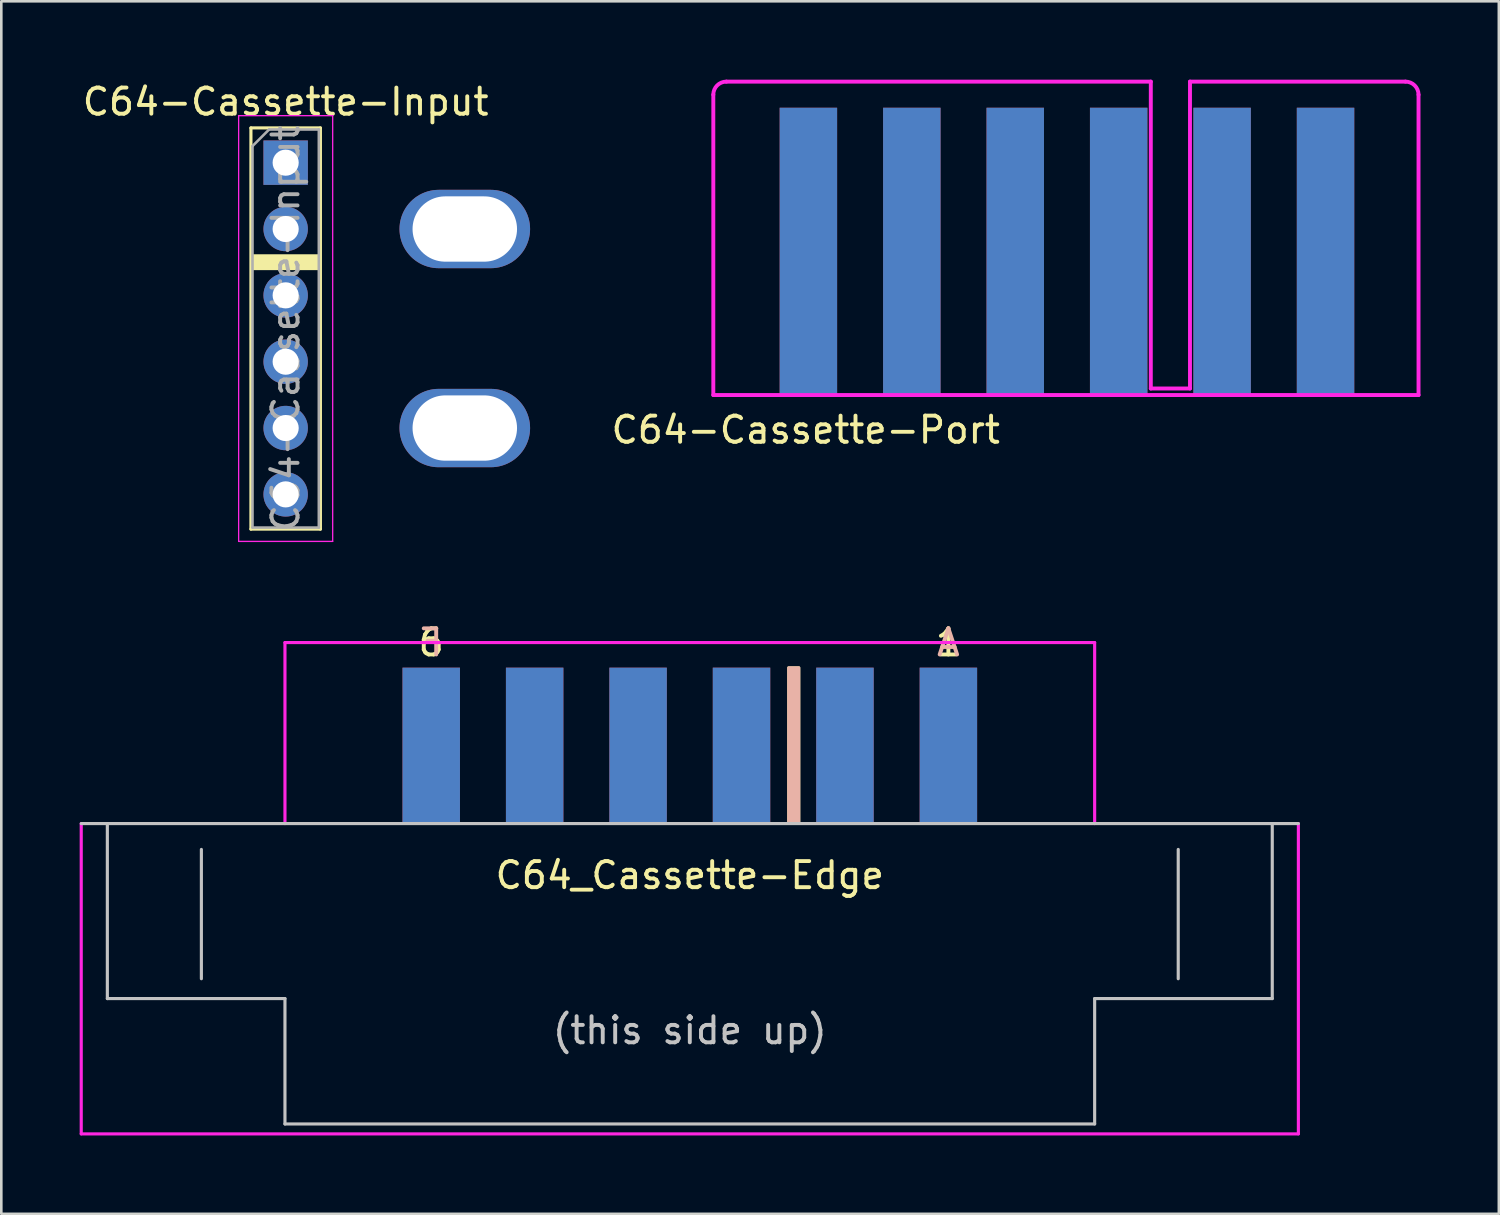
<source format=kicad_pcb>
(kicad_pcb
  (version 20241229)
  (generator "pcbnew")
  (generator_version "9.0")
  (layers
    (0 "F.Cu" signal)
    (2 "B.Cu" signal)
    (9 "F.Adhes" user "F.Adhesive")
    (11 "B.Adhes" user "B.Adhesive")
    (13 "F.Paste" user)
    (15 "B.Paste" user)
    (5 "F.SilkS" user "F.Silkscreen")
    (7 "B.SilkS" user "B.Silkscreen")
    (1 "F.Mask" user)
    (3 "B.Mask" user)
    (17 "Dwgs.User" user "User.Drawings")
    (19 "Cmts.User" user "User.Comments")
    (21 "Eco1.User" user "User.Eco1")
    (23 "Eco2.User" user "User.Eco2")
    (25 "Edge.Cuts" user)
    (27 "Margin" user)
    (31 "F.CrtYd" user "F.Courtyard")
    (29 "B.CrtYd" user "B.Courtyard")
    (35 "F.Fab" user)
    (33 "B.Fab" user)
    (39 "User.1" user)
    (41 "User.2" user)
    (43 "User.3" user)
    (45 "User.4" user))
  (footprint "C64-Cassette-Input"
    (layer "F.Cu")
    (at 7.887 3.178)
    (property "Reference" "C64-Cassette-Input" (at 0 -2.33 0) (layer "F.SilkS") (effects (font (size 1 1) (thickness 0.15))))
    (attr through_hole)
    (fp_line (start -1.33 -1.33) (end -1.33 14.03) (stroke (width 0.12) (type solid)) (layer "F.SilkS"))
    (fp_line (start -1.33 -1.33) (end 1.33 -1.33) (stroke (width 0.12) (type solid)) (layer "F.SilkS"))
    (fp_line (start -1.33 14.03) (end 1.33 14.03) (stroke (width 0.12) (type solid)) (layer "F.SilkS"))
    (fp_line (start 1.33 -1.33) (end 1.33 14.03) (stroke (width 0.12) (type solid)) (layer "F.SilkS"))
    (fp_poly (pts (xy 1.27 4.064) (xy -1.27 4.064) (xy -1.27 3.556) (xy 1.27 3.556)) (stroke (width 0.1) (type solid)) (fill yes) (layer "F.SilkS"))
    (fp_line (start -1.8 -1.8) (end -1.8 14.5) (stroke (width 0.05) (type solid)) (layer "F.CrtYd"))
    (fp_line (start -1.8 14.5) (end 1.8 14.5) (stroke (width 0.05) (type solid)) (layer "F.CrtYd"))
    (fp_line (start 1.8 -1.8) (end -1.8 -1.8) (stroke (width 0.05) (type solid)) (layer "F.CrtYd"))
    (fp_line (start 1.8 14.5) (end 1.8 -1.8) (stroke (width 0.05) (type solid)) (layer "F.CrtYd"))
    (fp_line (start -1.27 -0.635) (end -0.635 -1.27) (stroke (width 0.1) (type solid)) (layer "F.Fab"))
    (fp_line (start -1.27 13.97) (end -1.27 -0.635) (stroke (width 0.1) (type solid)) (layer "F.Fab"))
    (fp_line (start -0.635 -1.27) (end 1.27 -1.27) (stroke (width 0.1) (type solid)) (layer "F.Fab"))
    (fp_line (start 1.27 -1.27) (end 1.27 13.97) (stroke (width 0.1) (type solid)) (layer "F.Fab"))
    (fp_line (start 1.27 13.97) (end -1.27 13.97) (stroke (width 0.1) (type solid)) (layer "F.Fab"))
    (fp_text user "${REFERENCE}" (at 0 6.35 270) (layer "F.Fab") (effects (font (size 1 1) (thickness 0.15))))
    (pad "" np_thru_hole oval (at 6.858 2.54) (size 5 3) (drill oval 4 2.5) (layers "*.Cu" "*.Mask"))
    (pad "" np_thru_hole oval (at 6.858 10.16) (size 5 3) (drill oval 4 2.5) (layers "*.Cu" "*.Mask"))
    (pad "1" thru_hole rect (at 0 0) (size 1.7 1.7) (drill 1) (layers "*.Cu" "*.Mask"))
    (pad "2" thru_hole oval (at 0 2.54) (size 1.7 1.7) (drill 1) (layers "*.Cu" "*.Mask"))
    (pad "3" thru_hole oval (at 0 5.08) (size 1.7 1.7) (drill 1) (layers "*.Cu" "*.Mask"))
    (pad "4" thru_hole oval (at 0 7.62) (size 1.7 1.7) (drill 1) (layers "*.Cu" "*.Mask"))
    (pad "5" thru_hole oval (at 0 10.16) (size 1.7 1.7) (drill 1) (layers "*.Cu" "*.Mask"))
    (pad "6" thru_hole oval (at 0 12.7) (size 1.7 1.7) (drill 1) (layers "*.Cu" "*.Mask")))
  (footprint "C64-Cassette-Port"
    (layer "F.Cu")
    (at 37.26 12.075)
    (property "Reference" "C64-Cassette-Port" (at -9.461 1.333 0) (layer "F.SilkS") (effects (font (size 1 1) (thickness 0.15))))
    (attr through_hole)
    (fp_line (start -13 -11.5) (end -13 0) (stroke (width 0.15) (type solid)) (layer "F.CrtYd"))
    (fp_line (start -13 0) (end 14 0) (stroke (width 0.15) (type solid)) (layer "F.CrtYd"))
    (fp_line (start 3.75 -12) (end -12.5 -12) (stroke (width 0.15) (type solid)) (layer "F.CrtYd"))
    (fp_line (start 3.75 -0.25) (end 3.75 -12) (stroke (width 0.15) (type solid)) (layer "F.CrtYd"))
    (fp_line (start 5.25 -12) (end 5.25 -0.25) (stroke (width 0.15) (type solid)) (layer "F.CrtYd"))
    (fp_line (start 5.25 -0.25) (end 3.75 -0.25) (stroke (width 0.15) (type solid)) (layer "F.CrtYd"))
    (fp_line (start 13.5 -12) (end 5.25 -12) (stroke (width 0.15) (type solid)) (layer "F.CrtYd"))
    (fp_line (start 14 0) (end 14 -11.5) (stroke (width 0.15) (type solid)) (layer "F.CrtYd"))
    (fp_arc (start -13 -11.5) (mid -12.853553 -11.853553) (end -12.5 -12) (stroke (width 0.15) (type solid)) (layer "F.CrtYd"))
    (fp_arc (start 13.5 -12) (mid 13.853553 -11.853553) (end 14 -11.5) (stroke (width 0.15) (type solid)) (layer "F.CrtYd"))
    (pad "1" smd rect (at 10.44 -5.5) (size 2.2 11) (layers "F.Cu" "F.Mask"))
    (pad "2" smd rect (at 6.48 -5.5) (size 2.2 11) (layers "F.Cu" "F.Mask"))
    (pad "3" smd rect (at 2.52 -5.5) (size 2.2 11) (layers "F.Cu" "F.Mask"))
    (pad "4" smd rect (at -1.44 -5.5) (size 2.2 11) (layers "F.Cu" "F.Mask"))
    (pad "5" smd rect (at -5.4 -5.5) (size 2.2 11) (layers "F.Cu" "F.Mask"))
    (pad "6" smd rect (at -9.36 -5.5) (size 2.2 11) (layers "F.Cu" "F.Mask"))
    (pad "A" smd rect (at 10.44 -5.5) (size 2.2 11) (layers "B.Cu" "B.Mask"))
    (pad "B" smd rect (at 6.48 -5.5) (size 2.2 11) (layers "B.Cu" "B.Mask"))
    (pad "C" smd rect (at 2.52 -5.5) (size 2.2 11) (layers "B.Cu" "B.Mask"))
    (pad "D" smd rect (at -1.44 -5.5) (size 2.2 11) (layers "B.Cu" "B.Mask"))
    (pad "E" smd rect (at -5.4 -5.5) (size 2.2 11) (layers "B.Cu" "B.Mask"))
    (pad "F" smd rect (at -9.36 -5.5) (size 2.2 11) (layers "B.Cu" "B.Mask")))
  (footprint "C64_Cassette-Edge"
    (layer "F.Cu")
    (at 45.14 25.512)
    (property "Reference" "C64_Cassette-Edge" (at -21.78 4.95 0) (layer "F.SilkS") (effects (font (size 1 1) (thickness 0.15))))
    (attr through_hole)
    (fp_poly (pts (xy -17.6 2.9) (xy -18 2.9) (xy -18 -3) (xy -17.6 -3)) (stroke (width 0.1) (type solid)) (fill yes) (layer "F.SilkS"))
    (fp_poly (pts (xy -17.6 2.9) (xy -18 2.9) (xy -18 -3) (xy -17.6 -3)) (stroke (width 0.1) (type solid)) (fill yes) (layer "B.SilkS"))
    (fp_line (start -44.08 2.97) (end -44.08 9.67) (stroke (width 0.12) (type solid)) (layer "Dwgs.User"))
    (fp_line (start -44.08 9.67) (end -37.28 9.67) (stroke (width 0.12) (type solid)) (layer "Dwgs.User"))
    (fp_line (start -40.48 8.91) (end -40.48 3.96) (stroke (width 0.12) (type solid)) (layer "Dwgs.User"))
    (fp_line (start -37.28 9.67) (end -37.28 14.47) (stroke (width 0.12) (type solid)) (layer "Dwgs.User"))
    (fp_line (start -37.28 14.47) (end -6.28 14.47) (stroke (width 0.12) (type solid)) (layer "Dwgs.User"))
    (fp_line (start -6.28 9.67) (end -6.28 14.47) (stroke (width 0.12) (type solid)) (layer "Dwgs.User"))
    (fp_line (start -3.08 8.91) (end -3.08 3.96) (stroke (width 0.12) (type solid)) (layer "Dwgs.User"))
    (fp_line (start 0.52 2.97) (end 0.52 9.67) (stroke (width 0.12) (type solid)) (layer "Dwgs.User"))
    (fp_line (start 0.52 9.67) (end -6.28 9.67) (stroke (width 0.12) (type solid)) (layer "Dwgs.User"))
    (fp_line (start 1.52 2.97) (end -45.08 2.97) (stroke (width 0.12) (type solid)) (layer "Dwgs.User"))
    (fp_line (start -45.08 14.85) (end -45.08 2.97) (stroke (width 0.12) (type solid)) (layer "F.CrtYd"))
    (fp_line (start -37.28 -3.96) (end -6.28 -3.96) (stroke (width 0.12) (type solid)) (layer "F.CrtYd"))
    (fp_line (start -37.28 2.97) (end -37.28 -3.96) (stroke (width 0.12) (type solid)) (layer "F.CrtYd"))
    (fp_line (start -6.28 -3.96) (end -6.28 2.97) (stroke (width 0.12) (type solid)) (layer "F.CrtYd"))
    (fp_line (start 1.52 2.97) (end 1.52 14.85) (stroke (width 0.12) (type solid)) (layer "F.CrtYd"))
    (fp_line (start 1.52 14.85) (end -45.08 14.85) (stroke (width 0.12) (type solid)) (layer "F.CrtYd"))
    (fp_text user "6" (at -31.68 -3.96 0) (layer "F.SilkS") (effects (font (size 1 1) (thickness 0.15))))
    (fp_text user "1" (at -11.88 -3.96 0) (layer "F.SilkS") (effects (font (size 1 1) (thickness 0.15))))
    (fp_text user "F" (at -31.68 -3.96 0) (layer "B.SilkS") (effects (font (size 1 1) (thickness 0.15)) (justify mirror)))
    (fp_text user "A" (at -11.88 -3.96 0) (layer "B.SilkS") (effects (font (size 1 1) (thickness 0.15)) (justify mirror)))
    (fp_text user "(this side up)" (at -21.78 10.89 0) (layer "Dwgs.User") (effects (font (size 1 1) (thickness 0.15))))
    (pad "1" smd rect (at -11.88 0) (size 2.2 6) (layers "F.Cu" "F.Mask" "F.Paste"))
    (pad "2" smd rect (at -15.84 0) (size 2.2 6) (layers "F.Cu" "F.Mask" "F.Paste"))
    (pad "3" smd rect (at -19.8 0) (size 2.2 6) (layers "F.Cu" "F.Mask" "F.Paste"))
    (pad "4" smd rect (at -23.76 0) (size 2.2 6) (layers "F.Cu" "F.Mask" "F.Paste"))
    (pad "5" smd rect (at -27.72 0) (size 2.2 6) (layers "F.Cu" "F.Mask" "F.Paste"))
    (pad "6" smd rect (at -31.68 0) (size 2.2 6) (layers "F.Cu" "F.Mask" "F.Paste"))
    (pad "A" smd rect (at -11.88 0) (size 2.2 6) (layers "B.Cu" "B.Mask" "B.Paste"))
    (pad "B" smd rect (at -15.84 0) (size 2.2 6) (layers "B.Cu" "B.Mask" "B.Paste"))
    (pad "C" smd rect (at -19.8 0) (size 2.2 6) (layers "B.Cu" "B.Mask" "B.Paste"))
    (pad "D" smd rect (at -23.76 0) (size 2.2 6) (layers "B.Cu" "B.Mask" "B.Paste"))
    (pad "E" smd rect (at -27.72 0) (size 2.2 6) (layers "B.Cu" "B.Mask" "B.Paste"))
    (pad "F" smd rect (at -31.68 0) (size 2.2 6) (layers "B.Cu" "B.Mask" "B.Paste")))
  (gr_rect
    (start -3 -3)
    (end 54.335 43.422)
    (stroke (width 0.1) (type default))
    (fill no)
    (layer "Edge.Cuts")))
</source>
